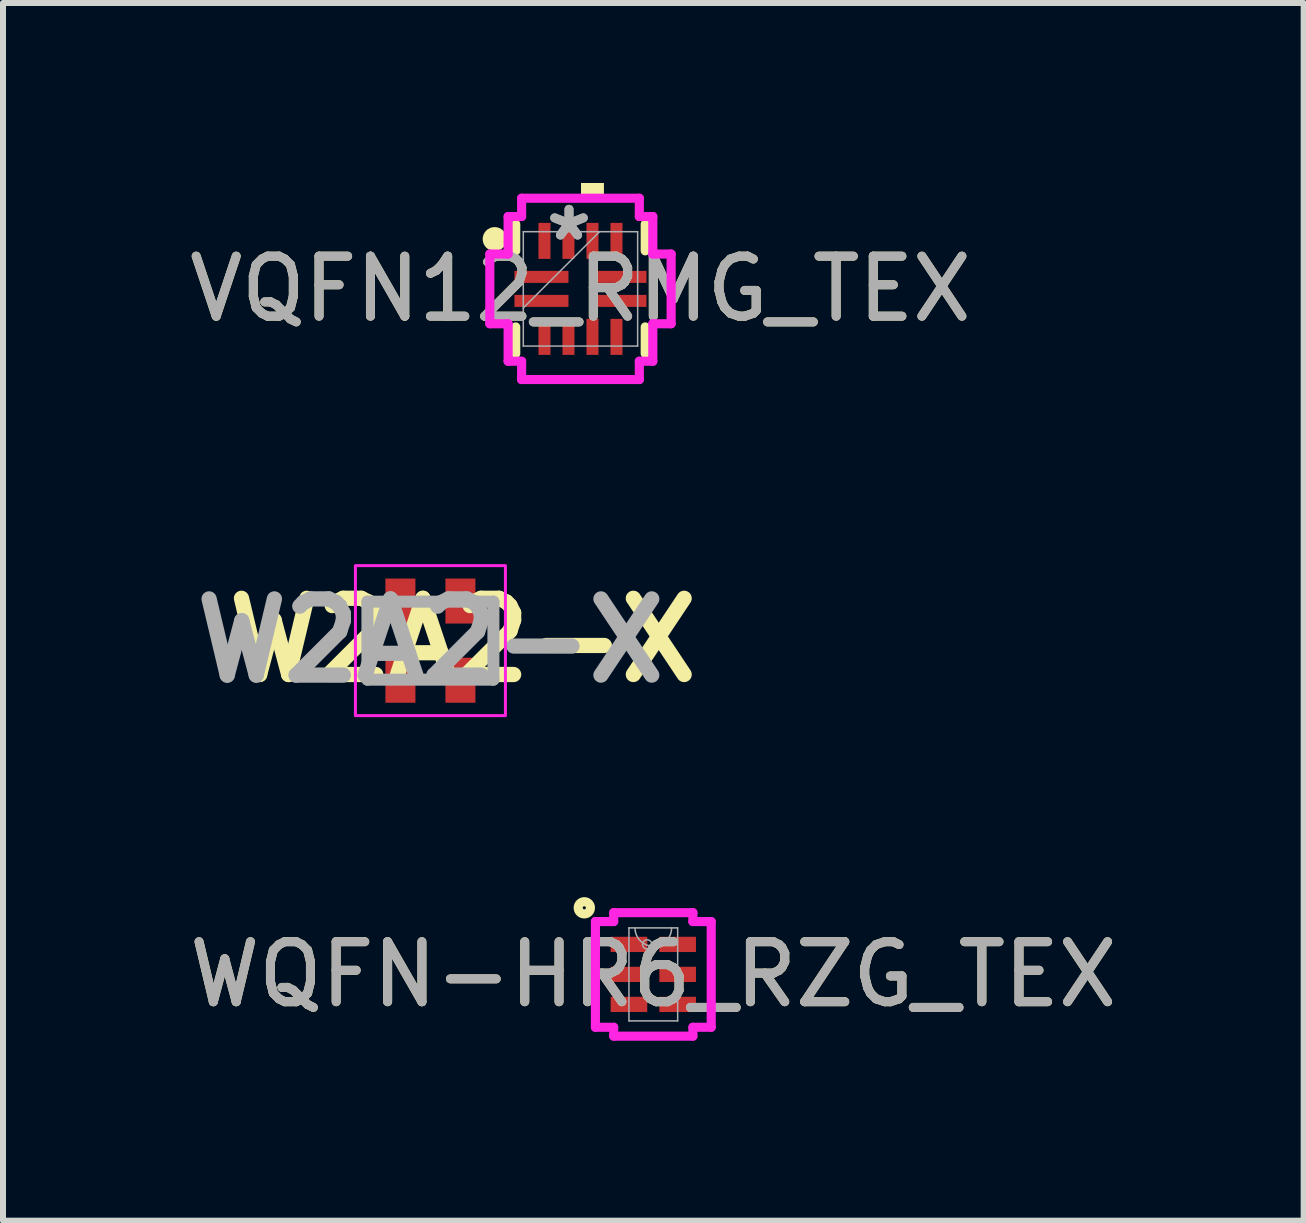
<source format=kicad_pcb>
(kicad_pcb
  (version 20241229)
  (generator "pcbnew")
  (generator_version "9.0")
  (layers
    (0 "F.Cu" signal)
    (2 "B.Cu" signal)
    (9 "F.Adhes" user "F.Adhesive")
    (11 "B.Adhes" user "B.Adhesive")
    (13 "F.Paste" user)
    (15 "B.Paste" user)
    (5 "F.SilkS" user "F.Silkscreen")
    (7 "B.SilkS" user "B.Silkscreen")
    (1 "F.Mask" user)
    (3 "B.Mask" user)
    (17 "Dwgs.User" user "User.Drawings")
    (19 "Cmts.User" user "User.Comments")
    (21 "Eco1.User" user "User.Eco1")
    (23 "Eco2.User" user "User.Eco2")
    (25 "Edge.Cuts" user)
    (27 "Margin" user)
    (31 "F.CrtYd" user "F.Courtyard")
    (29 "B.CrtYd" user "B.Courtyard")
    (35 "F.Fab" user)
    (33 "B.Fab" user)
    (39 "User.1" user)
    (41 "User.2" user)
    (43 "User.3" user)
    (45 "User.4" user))
  (footprint "W2A2-X"
    (layer "F.Cu")
    (at 4.124 7.628)
    (property "Reference" "W2A2-X" (at 0.54 -0.01 0) (layer "F.SilkS") (effects (font (size 1.27 1.27) (thickness 0.254))))
    (attr smd)
    (fp_line (start -1.05 -0.66) (end -1.05 0.66) (stroke (width 0.1) (type solid)) (layer "F.SilkS"))
    (fp_line (start 1.05 -0.65) (end 1.05 0.65) (stroke (width 0.1) (type solid)) (layer "F.SilkS"))
    (fp_rect (start -1.25 -1.25) (end 1.25 1.25) (stroke (width 0.05) (type solid)) (fill no) (layer "F.CrtYd"))
    (fp_line (start -1.05 -0.65) (end 1.05 -0.65) (stroke (width 0.2) (type solid)) (layer "F.Fab"))
    (fp_line (start -1.05 0.65) (end -1.05 -0.65) (stroke (width 0.2) (type solid)) (layer "F.Fab"))
    (fp_line (start 1.05 -0.65) (end 1.05 0.65) (stroke (width 0.2) (type solid)) (layer "F.Fab"))
    (fp_line (start 1.05 0.65) (end -1.05 0.65) (stroke (width 0.2) (type solid)) (layer "F.Fab"))
    (fp_text user "${REFERENCE}" (at 0 0 0) (layer "F.Fab") (effects (font (size 1.27 1.27) (thickness 0.254))))
    (pad "1" smd rect (at -0.5 0.66) (size 0.5 0.75) (layers "F.Cu" "F.Mask" "F.Paste"))
    (pad "2" smd rect (at 0.5 0.66) (size 0.5 0.75) (layers "F.Cu" "F.Mask" "F.Paste"))
    (pad "3" smd rect (at 0.5 -0.66) (size 0.5 0.75) (layers "F.Cu" "F.Mask" "F.Paste"))
    (pad "4" smd rect (at -0.5 -0.66) (size 0.5 0.75) (layers "F.Cu" "F.Mask" "F.Paste")))
  (footprint "WQFN-HR6_RZG_TEX"
    (layer "F.Cu")
    (at 7.839 13.191)
    (property "Reference" "WQFN-HR6_RZG_TEX" (at 0 0 0) (unlocked yes) (layer "F.SilkS") (effects (font (size 1 1) (thickness 0.15))))
    (attr smd)
    (fp_circle (center -1.15 -1.11) (end -1.048 -1.11) (stroke (width 0.152) (type solid)) (fill no) (layer "F.SilkS"))
    (fp_line (start -0.965 -0.881) (end -0.66 -0.881) (stroke (width 0.152) (type solid)) (layer "F.CrtYd"))
    (fp_line (start -0.965 0.881) (end -0.965 -0.881) (stroke (width 0.152) (type solid)) (layer "F.CrtYd"))
    (fp_line (start -0.965 0.881) (end -0.66 0.881) (stroke (width 0.152) (type solid)) (layer "F.CrtYd"))
    (fp_line (start -0.66 -1.029) (end 0.66 -1.029) (stroke (width 0.152) (type solid)) (layer "F.CrtYd"))
    (fp_line (start -0.66 -0.881) (end -0.66 -1.029) (stroke (width 0.152) (type solid)) (layer "F.CrtYd"))
    (fp_line (start -0.66 1.029) (end -0.66 0.881) (stroke (width 0.152) (type solid)) (layer "F.CrtYd"))
    (fp_line (start 0.66 -1.029) (end 0.66 -0.881) (stroke (width 0.152) (type solid)) (layer "F.CrtYd"))
    (fp_line (start 0.66 0.881) (end 0.66 1.029) (stroke (width 0.152) (type solid)) (layer "F.CrtYd"))
    (fp_line (start 0.66 1.029) (end -0.66 1.029) (stroke (width 0.152) (type solid)) (layer "F.CrtYd"))
    (fp_line (start 0.965 -0.881) (end 0.66 -0.881) (stroke (width 0.152) (type solid)) (layer "F.CrtYd"))
    (fp_line (start 0.965 -0.881) (end 0.965 0.881) (stroke (width 0.152) (type solid)) (layer "F.CrtYd"))
    (fp_line (start 0.965 0.881) (end 0.66 0.881) (stroke (width 0.152) (type solid)) (layer "F.CrtYd"))
    (fp_line (start -0.406 -0.775) (end -0.406 0.775) (stroke (width 0.025) (type solid)) (layer "F.Fab"))
    (fp_line (start -0.406 0.775) (end 0.406 0.775) (stroke (width 0.025) (type solid)) (layer "F.Fab"))
    (fp_line (start 0.406 -0.775) (end -0.406 -0.775) (stroke (width 0.025) (type solid)) (layer "F.Fab"))
    (fp_line (start 0.406 0.775) (end 0.406 -0.775) (stroke (width 0.025) (type solid)) (layer "F.Fab"))
    (fp_arc (start 0.3048 -0.7747) (mid 0 -0.4699) (end -0.3048 -0.7747) (stroke (width 0.0254) (type solid)) (layer "F.Fab"))
    (fp_circle (center -0.102 -0.5) (end -0.025 -0.5) (stroke (width 0.025) (type solid)) (fill no) (layer "F.Fab"))
    (fp_text user "${REFERENCE}" (at 0 0 0) (unlocked yes) (layer "F.Fab") (effects (font (size 1 1) (thickness 0.15))))
    (pad "1" smd rect (at -0.406 -0.5) (size 0.61 0.254) (layers "F.Cu" "F.Mask" "F.Paste"))
    (pad "2" smd rect (at -0.406 0) (size 0.61 0.254) (layers "F.Cu" "F.Mask" "F.Paste"))
    (pad "3" smd rect (at -0.406 0.5) (size 0.61 0.254) (layers "F.Cu" "F.Mask" "F.Paste"))
    (pad "4" smd rect (at 0.406 0.5) (size 0.61 0.254) (layers "F.Cu" "F.Mask" "F.Paste"))
    (pad "5" smd rect (at 0.406 0) (size 0.61 0.254) (layers "F.Cu" "F.Mask" "F.Paste"))
    (pad "6" smd rect (at 0.406 -0.5) (size 0.61 0.254) (layers "F.Cu" "F.Mask" "F.Paste")))
  (footprint "VQFN12_RMG_TEX"
    (layer "F.Cu")
    (at 6.625 1.765)
    (property "Reference" "VQFN12_RMG_TEX" (at 0 0 0) (unlocked yes) (layer "F.SilkS") (effects (font (size 1 1) (thickness 0.15))))
    (attr smd)
    (fp_line (start -1.079 -1.079) (end -1.079 -0.634) (stroke (width 0.152) (type solid)) (layer "F.SilkS"))
    (fp_line (start -1.079 0.634) (end -1.079 1.079) (stroke (width 0.152) (type solid)) (layer "F.SilkS"))
    (fp_line (start 1.079 -0.634) (end 1.079 -1.079) (stroke (width 0.152) (type solid)) (layer "F.SilkS"))
    (fp_line (start 1.079 1.079) (end 1.079 0.634) (stroke (width 0.152) (type solid)) (layer "F.SilkS"))
    (fp_circle (center -1.43 -0.83) (end -1.28 -0.83) (stroke (width 0.1) (type solid)) (fill yes) (layer "F.SilkS"))
    (fp_poly (pts (xy 0.009 -1.511) (xy 0.009 -1.765) (xy 0.391 -1.765) (xy 0.391 -1.511)) (stroke (width 0) (type solid)) (fill yes) (layer "F.SilkS"))
    (fp_line (start -1.511 -0.581) (end -1.206 -0.581) (stroke (width 0.152) (type solid)) (layer "F.CrtYd"))
    (fp_line (start -1.511 0.581) (end -1.511 -0.581) (stroke (width 0.152) (type solid)) (layer "F.CrtYd"))
    (fp_line (start -1.206 -1.206) (end -0.981 -1.206) (stroke (width 0.152) (type solid)) (layer "F.CrtYd"))
    (fp_line (start -1.206 -0.581) (end -1.206 -1.206) (stroke (width 0.152) (type solid)) (layer "F.CrtYd"))
    (fp_line (start -1.206 0.581) (end -1.511 0.581) (stroke (width 0.152) (type solid)) (layer "F.CrtYd"))
    (fp_line (start -1.206 1.206) (end -1.206 0.581) (stroke (width 0.152) (type solid)) (layer "F.CrtYd"))
    (fp_line (start -1.206 1.206) (end -0.981 1.206) (stroke (width 0.152) (type solid)) (layer "F.CrtYd"))
    (fp_line (start -0.981 -1.511) (end 0.981 -1.511) (stroke (width 0.152) (type solid)) (layer "F.CrtYd"))
    (fp_line (start -0.981 -1.206) (end -0.981 -1.511) (stroke (width 0.152) (type solid)) (layer "F.CrtYd"))
    (fp_line (start -0.981 1.206) (end -0.981 1.511) (stroke (width 0.152) (type solid)) (layer "F.CrtYd"))
    (fp_line (start -0.981 1.511) (end 0.981 1.511) (stroke (width 0.152) (type solid)) (layer "F.CrtYd"))
    (fp_line (start 0.981 -1.511) (end 0.981 -1.206) (stroke (width 0.152) (type solid)) (layer "F.CrtYd"))
    (fp_line (start 0.981 -1.206) (end 1.206 -1.206) (stroke (width 0.152) (type solid)) (layer "F.CrtYd"))
    (fp_line (start 0.981 1.206) (end 1.206 1.206) (stroke (width 0.152) (type solid)) (layer "F.CrtYd"))
    (fp_line (start 0.981 1.511) (end 0.981 1.206) (stroke (width 0.152) (type solid)) (layer "F.CrtYd"))
    (fp_line (start 1.206 -0.581) (end 1.206 -1.206) (stroke (width 0.152) (type solid)) (layer "F.CrtYd"))
    (fp_line (start 1.206 0.581) (end 1.511 0.581) (stroke (width 0.152) (type solid)) (layer "F.CrtYd"))
    (fp_line (start 1.206 1.206) (end 1.206 0.581) (stroke (width 0.152) (type solid)) (layer "F.CrtYd"))
    (fp_line (start 1.511 -0.581) (end 1.206 -0.581) (stroke (width 0.152) (type solid)) (layer "F.CrtYd"))
    (fp_line (start 1.511 0.581) (end 1.511 -0.581) (stroke (width 0.152) (type solid)) (layer "F.CrtYd"))
    (fp_line (start -0.953 -0.953) (end -0.953 0.953) (stroke (width 0.025) (type solid)) (layer "F.Fab"))
    (fp_line (start -0.953 0.318) (end 0.318 -0.953) (stroke (width 0.025) (type solid)) (layer "F.Fab"))
    (fp_line (start -0.953 0.953) (end 0.953 0.953) (stroke (width 0.025) (type solid)) (layer "F.Fab"))
    (fp_line (start 0.953 -0.953) (end -0.953 -0.953) (stroke (width 0.025) (type solid)) (layer "F.Fab"))
    (fp_line (start 0.953 0.953) (end 0.953 -0.953) (stroke (width 0.025) (type solid)) (layer "F.Fab"))
    (fp_text user "*" (at -0.191 -0.781 0) (layer "F.Fab") (effects (font (size 1 1) (thickness 0.15))))
    (fp_text user "${REFERENCE}" (at 0 0 0) (unlocked yes) (layer "F.Fab") (effects (font (size 1 1) (thickness 0.15))))
    (fp_text user "*" (at -0.191 -0.781 0) (unlocked yes) (layer "F.Fab") (effects (font (size 1 1) (thickness 0.15))))
    (pad "1" smd rect (at -0.65 -0.2 90) (size 0.2 0.9) (layers "F.Cu" "F.Mask" "F.Paste"))
    (pad "2" smd rect (at -0.65 0.2 90) (size 0.2 0.9) (layers "F.Cu" "F.Mask" "F.Paste"))
    (pad "3" smd rect (at -0.6 0.8) (size 0.2 0.6) (layers "F.Cu" "F.Mask" "F.Paste"))
    (pad "4" smd rect (at -0.2 0.8) (size 0.2 0.6) (layers "F.Cu" "F.Mask" "F.Paste"))
    (pad "5" smd rect (at 0.2 0.8) (size 0.2 0.6) (layers "F.Cu" "F.Mask" "F.Paste"))
    (pad "6" smd rect (at 0.6 0.8) (size 0.2 0.6) (layers "F.Cu" "F.Mask" "F.Paste"))
    (pad "7" smd rect (at 0.65 0.2 90) (size 0.2 0.9) (layers "F.Cu" "F.Mask" "F.Paste"))
    (pad "8" smd rect (at 0.65 -0.2 90) (size 0.2 0.9) (layers "F.Cu" "F.Mask" "F.Paste"))
    (pad "9" smd rect (at 0.6 -0.8) (size 0.2 0.6) (layers "F.Cu" "F.Mask" "F.Paste"))
    (pad "10" smd rect (at 0.2 -0.8) (size 0.2 0.6) (layers "F.Cu" "F.Mask" "F.Paste"))
    (pad "11" smd rect (at -0.2 -0.8) (size 0.2 0.6) (layers "F.Cu" "F.Mask" "F.Paste"))
    (pad "12" smd rect (at -0.6 -0.8) (size 0.2 0.6) (layers "F.Cu" "F.Mask" "F.Paste")))
  (gr_rect
    (start -3 -3)
    (end 18.679 17.296)
    (stroke (width 0.1) (type default))
    (fill no)
    (layer "Edge.Cuts")))
</source>
